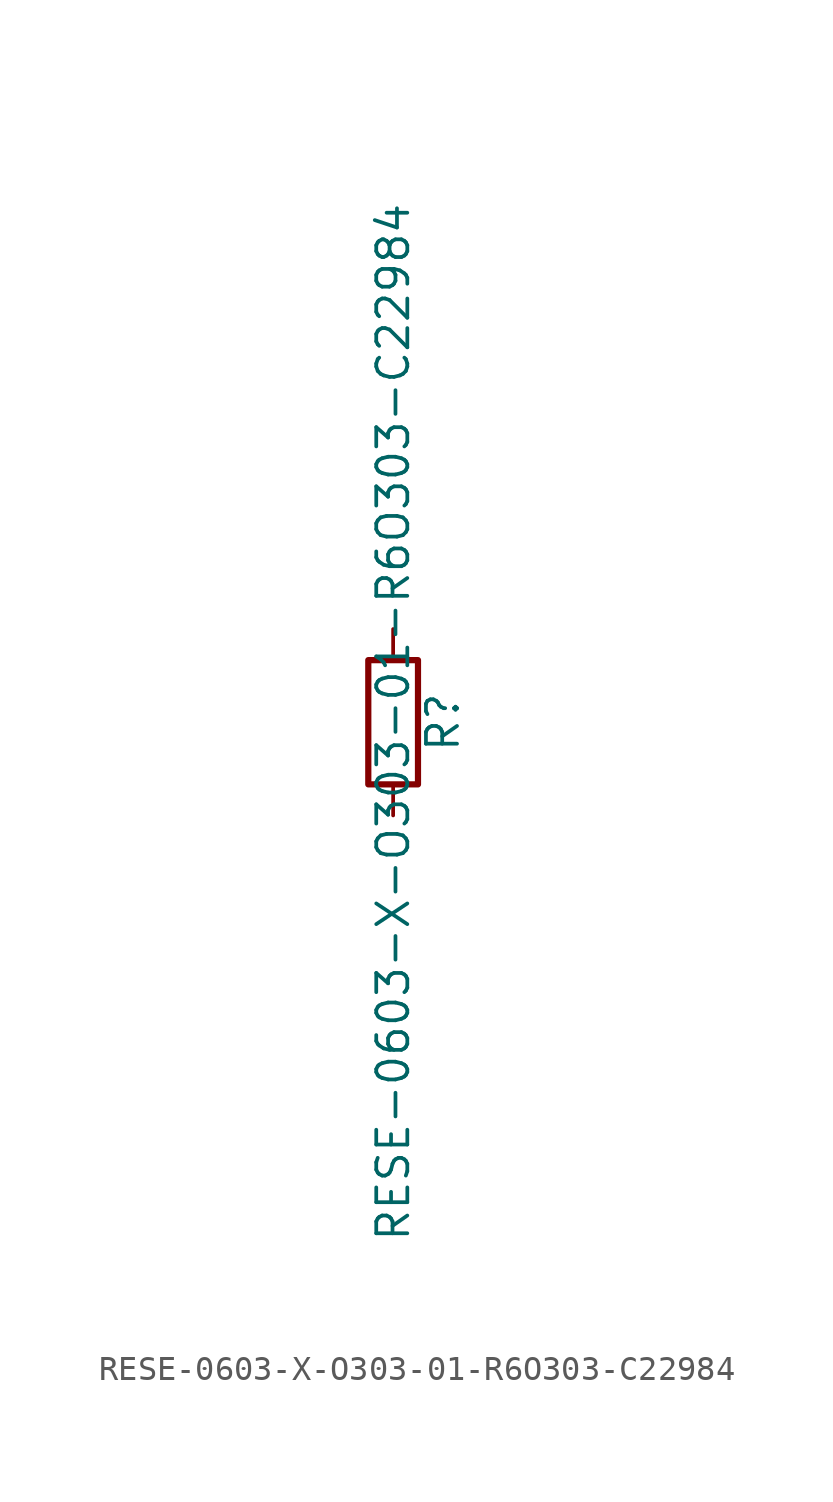
<source format=kicad_sym>
(kicad_symbol_lib
  (version 20211014)
  (generator kicad_symbol_editor)
  (symbol "RESE-0603-X-O303-01-R6O303-C22984"
    (pin_numbers hide)
    (pin_names
      (offset 0))
    (property "Reference" "R"
      (at 2.032 0 90)
      (effects (font (size 1.27 1.27))))
    (property "Value" "RESE-0603-X-O303-01-R6O303-C22984"
      (at 0 0 90)
      (effects (font (size 1.27 1.27))))
    (symbol "RESE-0603-X-O303-01-R6O303-C22984_0_1"
      (rectangle (start -1.016 -2.54) (end 1.016 2.54) (stroke (width 0.254) (type default) (color 0 0 0 0)) (fill (type none))))
    (symbol "RESE-0603-X-O303-01-R6O303-C22984_1_1"
      (pin passive line (at 0 3.81 270) (length 1.27) (name "~" (effects (font (size 1.27 1.27)))) (number "1" (effects (font (size 1.27 1.27)))))
      (pin passive line (at 0 -3.81 90) (length 1.27) (name "~" (effects (font (size 1.27 1.27)))) (number "2" (effects (font (size 1.27 1.27))))))))
</source>
